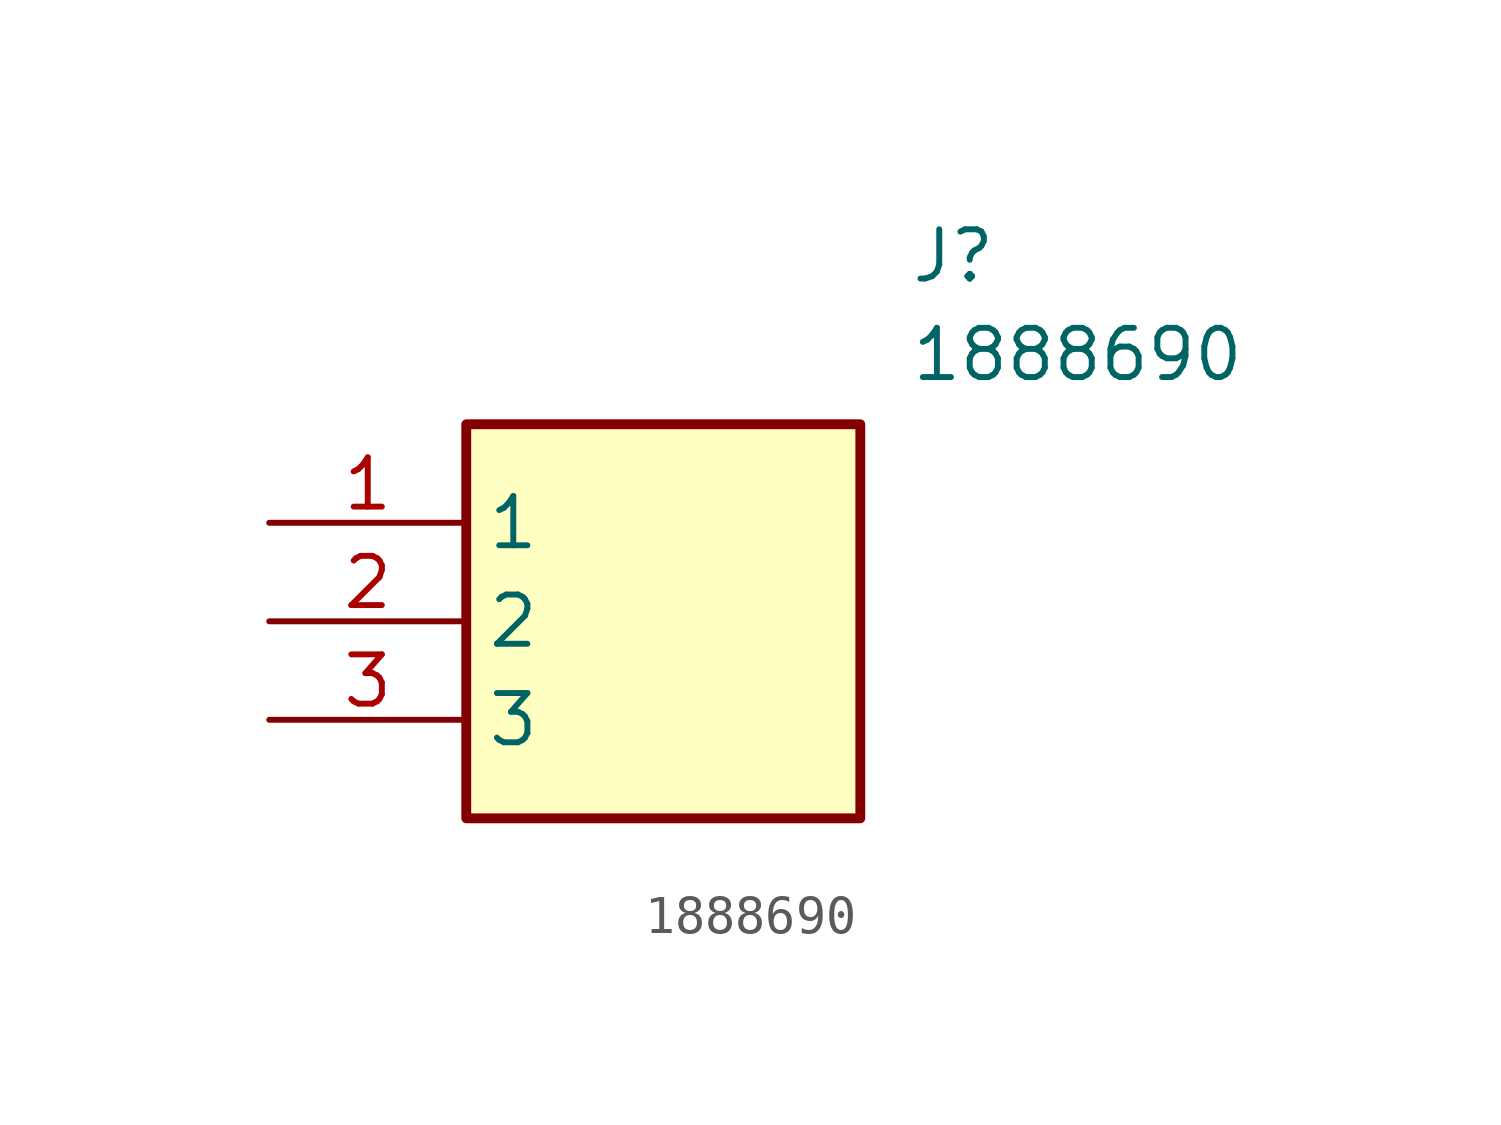
<source format=kicad_sym>
(kicad_symbol_lib
  (version 20211014)
  (generator SamacSys_ECAD_Model)
  (symbol "1888690"
    (property "Reference" "J"
      (at 16.51 7.62 0)
      (effects (font (size 1.27 1.27)) (justify left top)))
    (property "Value" "1888690"
      (at 16.51 5.08 0)
      (effects (font (size 1.27 1.27)) (justify left top)))
    (rectangle
      (start 5.08 2.54)
      (end 15.24 -7.62)
      (stroke (width 0.254) (type default))
      (fill (type background)))
    (pin passive line
      (at 0 0 0)
      (length 5.08)
      (name "1" (effects (font (size 1.27 1.27))))
      (number "1" (effects (font (size 1.27 1.27)))))
    (pin passive line
      (at 0 -2.54 0)
      (length 5.08)
      (name "2" (effects (font (size 1.27 1.27))))
      (number "2" (effects (font (size 1.27 1.27)))))
    (pin passive line
      (at 0 -5.08 0)
      (length 5.08)
      (name "3" (effects (font (size 1.27 1.27))))
      (number "3" (effects (font (size 1.27 1.27)))))))
</source>
